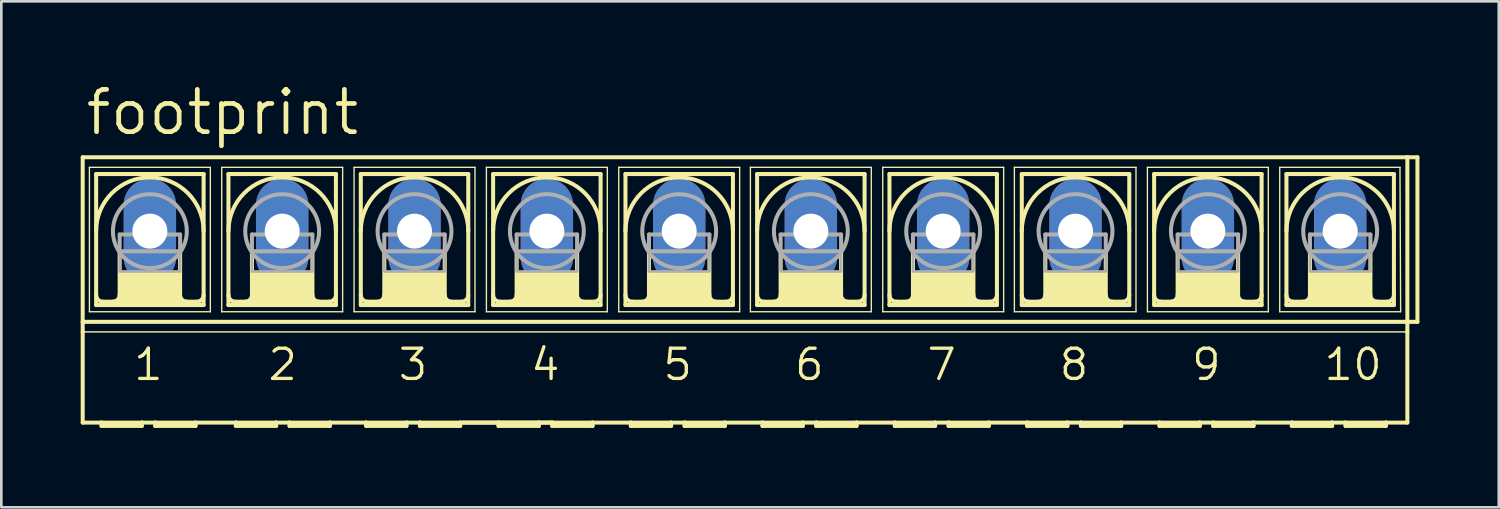
<source format=kicad_pcb>
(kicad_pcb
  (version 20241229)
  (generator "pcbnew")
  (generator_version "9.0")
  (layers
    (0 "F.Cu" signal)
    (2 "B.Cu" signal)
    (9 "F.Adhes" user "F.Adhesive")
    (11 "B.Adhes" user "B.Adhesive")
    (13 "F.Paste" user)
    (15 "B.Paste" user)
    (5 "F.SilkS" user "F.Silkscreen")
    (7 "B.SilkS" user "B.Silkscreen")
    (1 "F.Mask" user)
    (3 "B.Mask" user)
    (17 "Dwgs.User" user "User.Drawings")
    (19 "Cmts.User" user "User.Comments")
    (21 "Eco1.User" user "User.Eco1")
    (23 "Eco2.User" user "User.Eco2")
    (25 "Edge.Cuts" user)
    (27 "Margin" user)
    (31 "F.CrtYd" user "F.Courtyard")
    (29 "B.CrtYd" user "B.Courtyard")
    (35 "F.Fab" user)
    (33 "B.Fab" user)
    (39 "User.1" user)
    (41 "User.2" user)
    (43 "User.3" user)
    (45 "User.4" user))
  (footprint "footprint"
    (layer "F.Cu")
    (at 25.121 5.69)
    (property "Reference" "footprint" (at -25.019 -3.556 0) (layer "F.SilkS") (effects (font (size 1.6 1.6) (thickness 0.178)) (justify left bottom)))
    (fp_line (start -25.044 3.429) (end -25.044 -2.794) (stroke (width 0.152) (type solid)) (layer "F.SilkS"))
    (fp_line (start -25.044 3.429) (end 25.044 3.429) (stroke (width 0.152) (type solid)) (layer "F.SilkS"))
    (fp_line (start -25.044 3.81) (end -25.044 3.429) (stroke (width 0.152) (type solid)) (layer "F.SilkS"))
    (fp_line (start -25.044 7.239) (end -25.044 3.81) (stroke (width 0.152) (type solid)) (layer "F.SilkS"))
    (fp_line (start -25.044 7.239) (end -24.333 7.239) (stroke (width 0.152) (type solid)) (layer "F.SilkS"))
    (fp_line (start -24.79 -2.413) (end -24.79 3.048) (stroke (width 0.051) (type solid)) (layer "F.SilkS"))
    (fp_line (start -24.79 -2.413) (end -20.218 -2.413) (stroke (width 0.051) (type solid)) (layer "F.SilkS"))
    (fp_line (start -24.536 2.794) (end -24.536 -2.159) (stroke (width 0.152) (type solid)) (layer "F.SilkS"))
    (fp_line (start -24.536 2.794) (end -20.472 2.794) (stroke (width 0.152) (type solid)) (layer "F.SilkS"))
    (fp_line (start -24.333 7.239) (end -22.809 7.239) (stroke (width 0.152) (type solid)) (layer "F.SilkS"))
    (fp_line (start -24.333 7.366) (end -24.333 7.239) (stroke (width 0.152) (type solid)) (layer "F.SilkS"))
    (fp_line (start -24.333 7.366) (end -22.809 7.366) (stroke (width 0.152) (type solid)) (layer "F.SilkS"))
    (fp_line (start -23.647 0.762) (end -23.647 2.413) (stroke (width 0.152) (type solid)) (layer "F.SilkS"))
    (fp_line (start -22.809 7.239) (end -22.809 7.366) (stroke (width 0.152) (type solid)) (layer "F.SilkS"))
    (fp_line (start -22.809 7.239) (end -22.301 7.239) (stroke (width 0.152) (type solid)) (layer "F.SilkS"))
    (fp_line (start -22.301 7.239) (end -20.777 7.239) (stroke (width 0.152) (type solid)) (layer "F.SilkS"))
    (fp_line (start -22.301 7.366) (end -22.301 7.239) (stroke (width 0.152) (type solid)) (layer "F.SilkS"))
    (fp_line (start -22.301 7.366) (end -20.777 7.366) (stroke (width 0.152) (type solid)) (layer "F.SilkS"))
    (fp_line (start -21.361 0.762) (end -21.361 2.413) (stroke (width 0.152) (type solid)) (layer "F.SilkS"))
    (fp_line (start -20.777 7.239) (end -19.253 7.239) (stroke (width 0.152) (type solid)) (layer "F.SilkS"))
    (fp_line (start -20.777 7.366) (end -20.777 7.239) (stroke (width 0.152) (type solid)) (layer "F.SilkS"))
    (fp_line (start -20.726 2.667) (end -24.282 2.667) (stroke (width 0.152) (type solid)) (layer "F.SilkS"))
    (fp_line (start -20.472 -2.159) (end -24.536 -2.159) (stroke (width 0.152) (type solid)) (layer "F.SilkS"))
    (fp_line (start -20.472 -2.159) (end -20.472 2.794) (stroke (width 0.152) (type solid)) (layer "F.SilkS"))
    (fp_line (start -20.218 -2.413) (end -20.218 3.048) (stroke (width 0.051) (type solid)) (layer "F.SilkS"))
    (fp_line (start -20.218 3.048) (end -24.79 3.048) (stroke (width 0.051) (type solid)) (layer "F.SilkS"))
    (fp_line (start -19.787 -2.413) (end -19.787 3.048) (stroke (width 0.051) (type solid)) (layer "F.SilkS"))
    (fp_line (start -19.787 -2.413) (end -15.215 -2.413) (stroke (width 0.051) (type solid)) (layer "F.SilkS"))
    (fp_line (start -19.533 -2.159) (end -19.533 2.794) (stroke (width 0.152) (type solid)) (layer "F.SilkS"))
    (fp_line (start -19.533 2.794) (end -15.469 2.794) (stroke (width 0.152) (type solid)) (layer "F.SilkS"))
    (fp_line (start -19.253 7.239) (end -17.729 7.239) (stroke (width 0.152) (type solid)) (layer "F.SilkS"))
    (fp_line (start -19.253 7.366) (end -19.253 7.239) (stroke (width 0.152) (type solid)) (layer "F.SilkS"))
    (fp_line (start -19.253 7.366) (end -17.729 7.366) (stroke (width 0.152) (type solid)) (layer "F.SilkS"))
    (fp_line (start -18.644 0.762) (end -18.644 2.413) (stroke (width 0.152) (type solid)) (layer "F.SilkS"))
    (fp_line (start -17.729 7.239) (end -17.729 7.366) (stroke (width 0.152) (type solid)) (layer "F.SilkS"))
    (fp_line (start -17.729 7.239) (end -17.221 7.239) (stroke (width 0.152) (type solid)) (layer "F.SilkS"))
    (fp_line (start -17.221 7.239) (end -15.697 7.239) (stroke (width 0.152) (type solid)) (layer "F.SilkS"))
    (fp_line (start -17.221 7.366) (end -17.221 7.239) (stroke (width 0.152) (type solid)) (layer "F.SilkS"))
    (fp_line (start -17.221 7.366) (end -15.697 7.366) (stroke (width 0.152) (type solid)) (layer "F.SilkS"))
    (fp_line (start -16.358 0.762) (end -16.358 2.413) (stroke (width 0.152) (type solid)) (layer "F.SilkS"))
    (fp_line (start -15.723 2.667) (end -19.279 2.667) (stroke (width 0.152) (type solid)) (layer "F.SilkS"))
    (fp_line (start -15.697 7.366) (end -15.697 7.239) (stroke (width 0.152) (type solid)) (layer "F.SilkS"))
    (fp_line (start -15.469 -2.159) (end -19.533 -2.159) (stroke (width 0.152) (type solid)) (layer "F.SilkS"))
    (fp_line (start -15.469 2.794) (end -15.469 -2.159) (stroke (width 0.152) (type solid)) (layer "F.SilkS"))
    (fp_line (start -15.215 3.048) (end -19.787 3.048) (stroke (width 0.051) (type solid)) (layer "F.SilkS"))
    (fp_line (start -15.215 3.048) (end -15.215 -2.413) (stroke (width 0.051) (type solid)) (layer "F.SilkS"))
    (fp_line (start -14.783 -2.413) (end -14.783 3.048) (stroke (width 0.051) (type solid)) (layer "F.SilkS"))
    (fp_line (start -14.783 -2.413) (end -10.211 -2.413) (stroke (width 0.051) (type solid)) (layer "F.SilkS"))
    (fp_line (start -14.529 2.794) (end -14.529 -2.159) (stroke (width 0.152) (type solid)) (layer "F.SilkS"))
    (fp_line (start -14.529 2.794) (end -10.465 2.794) (stroke (width 0.152) (type solid)) (layer "F.SilkS"))
    (fp_line (start -14.326 7.239) (end -15.697 7.239) (stroke (width 0.152) (type solid)) (layer "F.SilkS"))
    (fp_line (start -14.326 7.239) (end -14.326 7.366) (stroke (width 0.152) (type solid)) (layer "F.SilkS"))
    (fp_line (start -14.326 7.239) (end -12.802 7.239) (stroke (width 0.152) (type solid)) (layer "F.SilkS"))
    (fp_line (start -14.326 7.366) (end -12.802 7.366) (stroke (width 0.152) (type solid)) (layer "F.SilkS"))
    (fp_line (start -13.64 0.762) (end -13.64 2.413) (stroke (width 0.152) (type solid)) (layer "F.SilkS"))
    (fp_line (start -12.802 7.239) (end -12.802 7.366) (stroke (width 0.152) (type solid)) (layer "F.SilkS"))
    (fp_line (start -12.802 7.239) (end -12.294 7.239) (stroke (width 0.152) (type solid)) (layer "F.SilkS"))
    (fp_line (start -12.294 7.239) (end -12.294 7.366) (stroke (width 0.152) (type solid)) (layer "F.SilkS"))
    (fp_line (start -12.294 7.239) (end -10.77 7.239) (stroke (width 0.152) (type solid)) (layer "F.SilkS"))
    (fp_line (start -12.294 7.366) (end -10.77 7.366) (stroke (width 0.152) (type solid)) (layer "F.SilkS"))
    (fp_line (start -11.354 0.762) (end -11.354 2.413) (stroke (width 0.152) (type solid)) (layer "F.SilkS"))
    (fp_line (start -10.77 7.366) (end -10.77 7.239) (stroke (width 0.152) (type solid)) (layer "F.SilkS"))
    (fp_line (start -10.719 2.667) (end -14.275 2.667) (stroke (width 0.152) (type solid)) (layer "F.SilkS"))
    (fp_line (start -10.465 -2.159) (end -14.529 -2.159) (stroke (width 0.152) (type solid)) (layer "F.SilkS"))
    (fp_line (start -10.465 -2.159) (end -10.465 2.794) (stroke (width 0.152) (type solid)) (layer "F.SilkS"))
    (fp_line (start -10.211 -2.413) (end -10.211 3.048) (stroke (width 0.051) (type solid)) (layer "F.SilkS"))
    (fp_line (start -10.211 3.048) (end -14.783 3.048) (stroke (width 0.051) (type solid)) (layer "F.SilkS"))
    (fp_line (start -9.779 -2.413) (end -9.779 3.048) (stroke (width 0.051) (type solid)) (layer "F.SilkS"))
    (fp_line (start -9.779 -2.413) (end -5.207 -2.413) (stroke (width 0.051) (type solid)) (layer "F.SilkS"))
    (fp_line (start -9.525 2.794) (end -9.525 -2.159) (stroke (width 0.152) (type solid)) (layer "F.SilkS"))
    (fp_line (start -9.525 2.794) (end -5.461 2.794) (stroke (width 0.152) (type solid)) (layer "F.SilkS"))
    (fp_line (start -9.322 7.239) (end -10.668 7.239) (stroke (width 0.152) (type solid)) (layer "F.SilkS"))
    (fp_line (start -9.322 7.239) (end -9.322 7.366) (stroke (width 0.152) (type solid)) (layer "F.SilkS"))
    (fp_line (start -9.322 7.239) (end -7.798 7.239) (stroke (width 0.152) (type solid)) (layer "F.SilkS"))
    (fp_line (start -9.322 7.366) (end -7.798 7.366) (stroke (width 0.152) (type solid)) (layer "F.SilkS"))
    (fp_line (start -8.636 0.762) (end -8.636 2.413) (stroke (width 0.152) (type solid)) (layer "F.SilkS"))
    (fp_line (start -7.798 7.239) (end -7.798 7.366) (stroke (width 0.152) (type solid)) (layer "F.SilkS"))
    (fp_line (start -7.798 7.239) (end -7.29 7.239) (stroke (width 0.152) (type solid)) (layer "F.SilkS"))
    (fp_line (start -7.29 7.239) (end -10.77 7.239) (stroke (width 0.152) (type solid)) (layer "F.SilkS"))
    (fp_line (start -7.29 7.239) (end -7.29 7.366) (stroke (width 0.152) (type solid)) (layer "F.SilkS"))
    (fp_line (start -7.29 7.366) (end -5.766 7.366) (stroke (width 0.152) (type solid)) (layer "F.SilkS"))
    (fp_line (start -6.35 0.762) (end -6.35 2.413) (stroke (width 0.152) (type solid)) (layer "F.SilkS"))
    (fp_line (start -5.766 7.239) (end -7.29 7.239) (stroke (width 0.152) (type solid)) (layer "F.SilkS"))
    (fp_line (start -5.766 7.366) (end -5.766 7.239) (stroke (width 0.152) (type solid)) (layer "F.SilkS"))
    (fp_line (start -5.715 2.667) (end -9.271 2.667) (stroke (width 0.152) (type solid)) (layer "F.SilkS"))
    (fp_line (start -5.461 -2.159) (end -9.525 -2.159) (stroke (width 0.152) (type solid)) (layer "F.SilkS"))
    (fp_line (start -5.461 -2.159) (end -5.461 2.794) (stroke (width 0.152) (type solid)) (layer "F.SilkS"))
    (fp_line (start -5.207 -2.413) (end -5.207 3.048) (stroke (width 0.051) (type solid)) (layer "F.SilkS"))
    (fp_line (start -5.207 3.048) (end -9.779 3.048) (stroke (width 0.051) (type solid)) (layer "F.SilkS"))
    (fp_line (start -4.775 -2.413) (end -4.775 3.048) (stroke (width 0.051) (type solid)) (layer "F.SilkS"))
    (fp_line (start -4.775 -2.413) (end -0.203 -2.413) (stroke (width 0.051) (type solid)) (layer "F.SilkS"))
    (fp_line (start -4.521 2.794) (end -4.521 -2.159) (stroke (width 0.152) (type solid)) (layer "F.SilkS"))
    (fp_line (start -4.521 2.794) (end -0.457 2.794) (stroke (width 0.152) (type solid)) (layer "F.SilkS"))
    (fp_line (start -4.318 7.239) (end -5.766 7.239) (stroke (width 0.152) (type solid)) (layer "F.SilkS"))
    (fp_line (start -4.318 7.366) (end -4.318 7.239) (stroke (width 0.152) (type solid)) (layer "F.SilkS"))
    (fp_line (start -4.318 7.366) (end -2.794 7.366) (stroke (width 0.152) (type solid)) (layer "F.SilkS"))
    (fp_line (start -3.632 0.762) (end -3.632 2.413) (stroke (width 0.152) (type solid)) (layer "F.SilkS"))
    (fp_line (start -2.794 7.239) (end -4.318 7.239) (stroke (width 0.152) (type solid)) (layer "F.SilkS"))
    (fp_line (start -2.794 7.239) (end -2.794 7.366) (stroke (width 0.152) (type solid)) (layer "F.SilkS"))
    (fp_line (start -2.286 7.239) (end -2.794 7.239) (stroke (width 0.152) (type solid)) (layer "F.SilkS"))
    (fp_line (start -2.286 7.366) (end -2.286 7.239) (stroke (width 0.152) (type solid)) (layer "F.SilkS"))
    (fp_line (start -2.286 7.366) (end -0.762 7.366) (stroke (width 0.152) (type solid)) (layer "F.SilkS"))
    (fp_line (start -1.346 0.762) (end -1.346 2.413) (stroke (width 0.152) (type solid)) (layer "F.SilkS"))
    (fp_line (start -0.762 7.239) (end -2.286 7.239) (stroke (width 0.152) (type solid)) (layer "F.SilkS"))
    (fp_line (start -0.762 7.366) (end -0.762 7.239) (stroke (width 0.152) (type solid)) (layer "F.SilkS"))
    (fp_line (start -0.711 2.667) (end -4.267 2.667) (stroke (width 0.152) (type solid)) (layer "F.SilkS"))
    (fp_line (start -0.457 -2.159) (end -4.521 -2.159) (stroke (width 0.152) (type solid)) (layer "F.SilkS"))
    (fp_line (start -0.457 -2.159) (end -0.457 2.794) (stroke (width 0.152) (type solid)) (layer "F.SilkS"))
    (fp_line (start -0.203 -2.413) (end -0.203 3.048) (stroke (width 0.051) (type solid)) (layer "F.SilkS"))
    (fp_line (start -0.203 3.048) (end -4.775 3.048) (stroke (width 0.051) (type solid)) (layer "F.SilkS"))
    (fp_line (start 0.203 -2.413) (end 0.203 3.048) (stroke (width 0.051) (type solid)) (layer "F.SilkS"))
    (fp_line (start 0.203 -2.413) (end 4.775 -2.413) (stroke (width 0.051) (type solid)) (layer "F.SilkS"))
    (fp_line (start 0.457 2.794) (end 0.457 -2.159) (stroke (width 0.152) (type solid)) (layer "F.SilkS"))
    (fp_line (start 0.457 2.794) (end 4.521 2.794) (stroke (width 0.152) (type solid)) (layer "F.SilkS"))
    (fp_line (start 0.66 7.239) (end -0.762 7.239) (stroke (width 0.152) (type solid)) (layer "F.SilkS"))
    (fp_line (start 0.66 7.366) (end 0.66 7.239) (stroke (width 0.152) (type solid)) (layer "F.SilkS"))
    (fp_line (start 0.66 7.366) (end 2.184 7.366) (stroke (width 0.152) (type solid)) (layer "F.SilkS"))
    (fp_line (start 1.346 0.762) (end 1.346 2.413) (stroke (width 0.152) (type solid)) (layer "F.SilkS"))
    (fp_line (start 2.184 7.239) (end 0.66 7.239) (stroke (width 0.152) (type solid)) (layer "F.SilkS"))
    (fp_line (start 2.184 7.239) (end 2.184 7.366) (stroke (width 0.152) (type solid)) (layer "F.SilkS"))
    (fp_line (start 2.692 7.239) (end 2.184 7.239) (stroke (width 0.152) (type solid)) (layer "F.SilkS"))
    (fp_line (start 2.692 7.239) (end 4.216 7.239) (stroke (width 0.152) (type solid)) (layer "F.SilkS"))
    (fp_line (start 2.692 7.366) (end 2.692 7.239) (stroke (width 0.152) (type solid)) (layer "F.SilkS"))
    (fp_line (start 2.692 7.366) (end 4.216 7.366) (stroke (width 0.152) (type solid)) (layer "F.SilkS"))
    (fp_line (start 3.632 0.762) (end 3.632 2.413) (stroke (width 0.152) (type solid)) (layer "F.SilkS"))
    (fp_line (start 4.216 7.239) (end 5.664 7.239) (stroke (width 0.152) (type solid)) (layer "F.SilkS"))
    (fp_line (start 4.216 7.366) (end 4.216 7.239) (stroke (width 0.152) (type solid)) (layer "F.SilkS"))
    (fp_line (start 4.267 2.667) (end 0.711 2.667) (stroke (width 0.152) (type solid)) (layer "F.SilkS"))
    (fp_line (start 4.521 -2.159) (end 0.457 -2.159) (stroke (width 0.152) (type solid)) (layer "F.SilkS"))
    (fp_line (start 4.521 -2.159) (end 4.521 2.794) (stroke (width 0.152) (type solid)) (layer "F.SilkS"))
    (fp_line (start 4.775 -2.413) (end 4.775 3.048) (stroke (width 0.051) (type solid)) (layer "F.SilkS"))
    (fp_line (start 4.775 3.048) (end 0.203 3.048) (stroke (width 0.051) (type solid)) (layer "F.SilkS"))
    (fp_line (start 5.207 -2.413) (end 5.207 3.048) (stroke (width 0.051) (type solid)) (layer "F.SilkS"))
    (fp_line (start 5.207 -2.413) (end 9.779 -2.413) (stroke (width 0.051) (type solid)) (layer "F.SilkS"))
    (fp_line (start 5.461 2.794) (end 5.461 -2.159) (stroke (width 0.152) (type solid)) (layer "F.SilkS"))
    (fp_line (start 5.461 2.794) (end 9.525 2.794) (stroke (width 0.152) (type solid)) (layer "F.SilkS"))
    (fp_line (start 5.664 7.366) (end 5.664 7.239) (stroke (width 0.152) (type solid)) (layer "F.SilkS"))
    (fp_line (start 5.664 7.366) (end 7.188 7.366) (stroke (width 0.152) (type solid)) (layer "F.SilkS"))
    (fp_line (start 6.35 0.762) (end 6.35 2.413) (stroke (width 0.152) (type solid)) (layer "F.SilkS"))
    (fp_line (start 7.188 7.239) (end 5.664 7.239) (stroke (width 0.152) (type solid)) (layer "F.SilkS"))
    (fp_line (start 7.188 7.239) (end 7.188 7.366) (stroke (width 0.152) (type solid)) (layer "F.SilkS"))
    (fp_line (start 7.696 7.239) (end 7.188 7.239) (stroke (width 0.152) (type solid)) (layer "F.SilkS"))
    (fp_line (start 7.696 7.239) (end 9.22 7.239) (stroke (width 0.152) (type solid)) (layer "F.SilkS"))
    (fp_line (start 7.696 7.366) (end 7.696 7.239) (stroke (width 0.152) (type solid)) (layer "F.SilkS"))
    (fp_line (start 7.696 7.366) (end 9.22 7.366) (stroke (width 0.152) (type solid)) (layer "F.SilkS"))
    (fp_line (start 8.636 0.762) (end 8.636 2.413) (stroke (width 0.152) (type solid)) (layer "F.SilkS"))
    (fp_line (start 9.22 7.366) (end 9.22 7.239) (stroke (width 0.152) (type solid)) (layer "F.SilkS"))
    (fp_line (start 9.271 2.667) (end 5.715 2.667) (stroke (width 0.152) (type solid)) (layer "F.SilkS"))
    (fp_line (start 9.525 -2.159) (end 5.461 -2.159) (stroke (width 0.152) (type solid)) (layer "F.SilkS"))
    (fp_line (start 9.525 -2.159) (end 9.525 2.794) (stroke (width 0.152) (type solid)) (layer "F.SilkS"))
    (fp_line (start 9.779 -2.413) (end 9.779 3.048) (stroke (width 0.051) (type solid)) (layer "F.SilkS"))
    (fp_line (start 9.779 3.048) (end 5.207 3.048) (stroke (width 0.051) (type solid)) (layer "F.SilkS"))
    (fp_line (start 10.185 -2.413) (end 10.185 3.048) (stroke (width 0.051) (type solid)) (layer "F.SilkS"))
    (fp_line (start 10.185 -2.413) (end 14.783 -2.413) (stroke (width 0.051) (type solid)) (layer "F.SilkS"))
    (fp_line (start 10.465 2.794) (end 10.465 -2.159) (stroke (width 0.152) (type solid)) (layer "F.SilkS"))
    (fp_line (start 10.465 2.794) (end 14.529 2.794) (stroke (width 0.152) (type solid)) (layer "F.SilkS"))
    (fp_line (start 10.668 7.239) (end 9.22 7.239) (stroke (width 0.152) (type solid)) (layer "F.SilkS"))
    (fp_line (start 10.668 7.239) (end 12.192 7.239) (stroke (width 0.152) (type solid)) (layer "F.SilkS"))
    (fp_line (start 10.668 7.366) (end 10.668 7.239) (stroke (width 0.152) (type solid)) (layer "F.SilkS"))
    (fp_line (start 10.668 7.366) (end 12.192 7.366) (stroke (width 0.152) (type solid)) (layer "F.SilkS"))
    (fp_line (start 11.354 0.762) (end 11.354 2.413) (stroke (width 0.152) (type solid)) (layer "F.SilkS"))
    (fp_line (start 12.192 7.239) (end 12.192 7.366) (stroke (width 0.152) (type solid)) (layer "F.SilkS"))
    (fp_line (start 12.192 7.239) (end 12.7 7.239) (stroke (width 0.152) (type solid)) (layer "F.SilkS"))
    (fp_line (start 12.7 7.239) (end 14.224 7.239) (stroke (width 0.152) (type solid)) (layer "F.SilkS"))
    (fp_line (start 12.7 7.366) (end 12.7 7.239) (stroke (width 0.152) (type solid)) (layer "F.SilkS"))
    (fp_line (start 12.7 7.366) (end 14.224 7.366) (stroke (width 0.152) (type solid)) (layer "F.SilkS"))
    (fp_line (start 13.64 0.762) (end 13.64 2.413) (stroke (width 0.152) (type solid)) (layer "F.SilkS"))
    (fp_line (start 14.224 7.366) (end 14.224 7.239) (stroke (width 0.152) (type solid)) (layer "F.SilkS"))
    (fp_line (start 14.275 2.667) (end 10.719 2.667) (stroke (width 0.152) (type solid)) (layer "F.SilkS"))
    (fp_line (start 14.529 -2.159) (end 10.465 -2.159) (stroke (width 0.152) (type solid)) (layer "F.SilkS"))
    (fp_line (start 14.529 -2.159) (end 14.529 2.794) (stroke (width 0.152) (type solid)) (layer "F.SilkS"))
    (fp_line (start 14.783 -2.413) (end 14.783 3.048) (stroke (width 0.051) (type solid)) (layer "F.SilkS"))
    (fp_line (start 14.783 3.048) (end 10.185 3.048) (stroke (width 0.051) (type solid)) (layer "F.SilkS"))
    (fp_line (start 15.215 -2.413) (end 15.215 3.048) (stroke (width 0.051) (type solid)) (layer "F.SilkS"))
    (fp_line (start 15.215 -2.413) (end 19.787 -2.413) (stroke (width 0.051) (type solid)) (layer "F.SilkS"))
    (fp_line (start 15.469 2.794) (end 15.469 -2.159) (stroke (width 0.152) (type solid)) (layer "F.SilkS"))
    (fp_line (start 15.469 2.794) (end 19.533 2.794) (stroke (width 0.152) (type solid)) (layer "F.SilkS"))
    (fp_line (start 15.672 7.239) (end 14.224 7.239) (stroke (width 0.152) (type solid)) (layer "F.SilkS"))
    (fp_line (start 15.672 7.239) (end 17.196 7.239) (stroke (width 0.152) (type solid)) (layer "F.SilkS"))
    (fp_line (start 15.672 7.366) (end 15.672 7.239) (stroke (width 0.152) (type solid)) (layer "F.SilkS"))
    (fp_line (start 15.672 7.366) (end 17.196 7.366) (stroke (width 0.152) (type solid)) (layer "F.SilkS"))
    (fp_line (start 16.358 0.762) (end 16.358 2.413) (stroke (width 0.152) (type solid)) (layer "F.SilkS"))
    (fp_line (start 17.196 7.239) (end 17.196 7.366) (stroke (width 0.152) (type solid)) (layer "F.SilkS"))
    (fp_line (start 17.704 7.239) (end 17.196 7.239) (stroke (width 0.152) (type solid)) (layer "F.SilkS"))
    (fp_line (start 17.704 7.366) (end 17.704 7.239) (stroke (width 0.152) (type solid)) (layer "F.SilkS"))
    (fp_line (start 17.704 7.366) (end 19.228 7.366) (stroke (width 0.152) (type solid)) (layer "F.SilkS"))
    (fp_line (start 18.644 0.762) (end 18.644 2.413) (stroke (width 0.152) (type solid)) (layer "F.SilkS"))
    (fp_line (start 19.228 7.239) (end 17.704 7.239) (stroke (width 0.152) (type solid)) (layer "F.SilkS"))
    (fp_line (start 19.228 7.366) (end 19.228 7.239) (stroke (width 0.152) (type solid)) (layer "F.SilkS"))
    (fp_line (start 19.279 2.667) (end 15.723 2.667) (stroke (width 0.152) (type solid)) (layer "F.SilkS"))
    (fp_line (start 19.533 -2.159) (end 15.469 -2.159) (stroke (width 0.152) (type solid)) (layer "F.SilkS"))
    (fp_line (start 19.533 -2.159) (end 19.533 2.794) (stroke (width 0.152) (type solid)) (layer "F.SilkS"))
    (fp_line (start 19.787 -2.413) (end 19.787 3.048) (stroke (width 0.051) (type solid)) (layer "F.SilkS"))
    (fp_line (start 19.787 3.048) (end 15.215 3.048) (stroke (width 0.051) (type solid)) (layer "F.SilkS"))
    (fp_line (start 20.218 -2.413) (end 20.218 3.048) (stroke (width 0.051) (type solid)) (layer "F.SilkS"))
    (fp_line (start 20.218 -2.413) (end 24.765 -2.413) (stroke (width 0.051) (type solid)) (layer "F.SilkS"))
    (fp_line (start 20.472 2.794) (end 20.472 -2.159) (stroke (width 0.152) (type solid)) (layer "F.SilkS"))
    (fp_line (start 20.472 2.794) (end 24.536 2.794) (stroke (width 0.152) (type solid)) (layer "F.SilkS"))
    (fp_line (start 20.676 7.239) (end 19.228 7.239) (stroke (width 0.152) (type solid)) (layer "F.SilkS"))
    (fp_line (start 20.676 7.366) (end 20.676 7.239) (stroke (width 0.152) (type solid)) (layer "F.SilkS"))
    (fp_line (start 20.676 7.366) (end 22.2 7.366) (stroke (width 0.152) (type solid)) (layer "F.SilkS"))
    (fp_line (start 21.361 0.762) (end 21.361 2.413) (stroke (width 0.152) (type solid)) (layer "F.SilkS"))
    (fp_line (start 22.2 7.239) (end 20.676 7.239) (stroke (width 0.152) (type solid)) (layer "F.SilkS"))
    (fp_line (start 22.2 7.239) (end 22.2 7.366) (stroke (width 0.152) (type solid)) (layer "F.SilkS"))
    (fp_line (start 22.708 7.239) (end 22.2 7.239) (stroke (width 0.152) (type solid)) (layer "F.SilkS"))
    (fp_line (start 22.708 7.366) (end 22.708 7.239) (stroke (width 0.152) (type solid)) (layer "F.SilkS"))
    (fp_line (start 22.708 7.366) (end 24.232 7.366) (stroke (width 0.152) (type solid)) (layer "F.SilkS"))
    (fp_line (start 23.647 0.762) (end 23.647 2.413) (stroke (width 0.152) (type solid)) (layer "F.SilkS"))
    (fp_line (start 24.232 7.239) (end 22.708 7.239) (stroke (width 0.152) (type solid)) (layer "F.SilkS"))
    (fp_line (start 24.232 7.366) (end 24.232 7.239) (stroke (width 0.152) (type solid)) (layer "F.SilkS"))
    (fp_line (start 24.282 2.667) (end 20.726 2.667) (stroke (width 0.152) (type solid)) (layer "F.SilkS"))
    (fp_line (start 24.536 -2.159) (end 20.472 -2.159) (stroke (width 0.152) (type solid)) (layer "F.SilkS"))
    (fp_line (start 24.536 -2.159) (end 24.536 2.794) (stroke (width 0.152) (type solid)) (layer "F.SilkS"))
    (fp_line (start 24.765 -2.413) (end 24.79 3.048) (stroke (width 0.051) (type solid)) (layer "F.SilkS"))
    (fp_line (start 24.79 3.048) (end 20.218 3.048) (stroke (width 0.051) (type solid)) (layer "F.SilkS"))
    (fp_line (start 25.044 -2.794) (end -25.044 -2.794) (stroke (width 0.152) (type solid)) (layer "F.SilkS"))
    (fp_line (start 25.044 -2.794) (end 25.044 3.429) (stroke (width 0.152) (type solid)) (layer "F.SilkS"))
    (fp_line (start 25.044 3.429) (end 25.044 3.81) (stroke (width 0.152) (type solid)) (layer "F.SilkS"))
    (fp_line (start 25.044 3.81) (end -25.044 3.81) (stroke (width 0.051) (type solid)) (layer "F.SilkS"))
    (fp_line (start 25.044 3.81) (end 25.044 7.239) (stroke (width 0.152) (type solid)) (layer "F.SilkS"))
    (fp_line (start 25.044 7.239) (end 24.232 7.239) (stroke (width 0.152) (type solid)) (layer "F.SilkS"))
    (fp_line (start 25.425 -2.794) (end 25.044 -2.794) (stroke (width 0.152) (type solid)) (layer "F.SilkS"))
    (fp_line (start 25.425 -2.794) (end 25.425 3.429) (stroke (width 0.152) (type solid)) (layer "F.SilkS"))
    (fp_line (start 25.425 3.429) (end 25.044 3.429) (stroke (width 0.152) (type solid)) (layer "F.SilkS"))
    (fp_arc (start -24.5364 0) (mid -22.5044 -2.032) (end -20.4724 0) (stroke (width 0.1524) (type solid)) (layer "F.SilkS"))
    (fp_arc (start -24.2824 2.667) (mid -24.462005 2.592605) (end -24.5364 2.413) (stroke (width 0.1524) (type solid)) (layer "F.SilkS"))
    (fp_arc (start -23.6474 2.413) (mid -23.721795 2.592605) (end -23.9014 2.667) (stroke (width 0.1524) (type solid)) (layer "F.SilkS"))
    (fp_arc (start -21.1074 2.667) (mid -21.287005 2.592605) (end -21.3614 2.413) (stroke (width 0.1524) (type solid)) (layer "F.SilkS"))
    (fp_arc (start -20.4724 2.413) (mid -20.546795 2.592605) (end -20.7264 2.667) (stroke (width 0.1524) (type solid)) (layer "F.SilkS"))
    (fp_arc (start -19.5326 0) (mid -17.5006 -2.032) (end -15.4686 0) (stroke (width 0.1524) (type solid)) (layer "F.SilkS"))
    (fp_arc (start -19.2786 2.667) (mid -19.458205 2.592605) (end -19.5326 2.413) (stroke (width 0.1524) (type solid)) (layer "F.SilkS"))
    (fp_arc (start -18.6436 2.413) (mid -18.717995 2.592605) (end -18.8976 2.667) (stroke (width 0.1524) (type solid)) (layer "F.SilkS"))
    (fp_arc (start -16.1036 2.667) (mid -16.283205 2.592605) (end -16.3576 2.413) (stroke (width 0.1524) (type solid)) (layer "F.SilkS"))
    (fp_arc (start -15.4686 2.413) (mid -15.542995 2.592605) (end -15.7226 2.667) (stroke (width 0.1524) (type solid)) (layer "F.SilkS"))
    (fp_arc (start -14.5288 0) (mid -12.4968 -2.032) (end -10.4648 0) (stroke (width 0.1524) (type solid)) (layer "F.SilkS"))
    (fp_arc (start -14.2748 2.667) (mid -14.454405 2.592605) (end -14.5288 2.413) (stroke (width 0.1524) (type solid)) (layer "F.SilkS"))
    (fp_arc (start -13.6398 2.413) (mid -13.714195 2.592605) (end -13.8938 2.667) (stroke (width 0.1524) (type solid)) (layer "F.SilkS"))
    (fp_arc (start -11.0998 2.667) (mid -11.279405 2.592605) (end -11.3538 2.413) (stroke (width 0.1524) (type solid)) (layer "F.SilkS"))
    (fp_arc (start -10.4648 2.413) (mid -10.539195 2.592605) (end -10.7188 2.667) (stroke (width 0.1524) (type solid)) (layer "F.SilkS"))
    (fp_arc (start -9.525 0) (mid -7.493 -2.032) (end -5.461 0) (stroke (width 0.1524) (type solid)) (layer "F.SilkS"))
    (fp_arc (start -9.271 2.667) (mid -9.450605 2.592605) (end -9.525 2.413) (stroke (width 0.1524) (type solid)) (layer "F.SilkS"))
    (fp_arc (start -8.636 2.413) (mid -8.710395 2.592605) (end -8.89 2.667) (stroke (width 0.1524) (type solid)) (layer "F.SilkS"))
    (fp_arc (start -6.096 2.667) (mid -6.275605 2.592605) (end -6.35 2.413) (stroke (width 0.1524) (type solid)) (layer "F.SilkS"))
    (fp_arc (start -5.461 2.413) (mid -5.535395 2.592605) (end -5.715 2.667) (stroke (width 0.1524) (type solid)) (layer "F.SilkS"))
    (fp_arc (start -4.5212 0) (mid -2.4892 -2.032) (end -0.4572 0) (stroke (width 0.1524) (type solid)) (layer "F.SilkS"))
    (fp_arc (start -4.2672 2.667) (mid -4.446805 2.592605) (end -4.5212 2.413) (stroke (width 0.1524) (type solid)) (layer "F.SilkS"))
    (fp_arc (start -3.6322 2.413) (mid -3.706595 2.592605) (end -3.8862 2.667) (stroke (width 0.1524) (type solid)) (layer "F.SilkS"))
    (fp_arc (start -1.0922 2.667) (mid -1.271805 2.592605) (end -1.3462 2.413) (stroke (width 0.1524) (type solid)) (layer "F.SilkS"))
    (fp_arc (start -0.4572 2.413) (mid -0.531595 2.592605) (end -0.7112 2.667) (stroke (width 0.1524) (type solid)) (layer "F.SilkS"))
    (fp_arc (start 0.4572 0) (mid 2.4892 -2.032) (end 4.5212 0) (stroke (width 0.1524) (type solid)) (layer "F.SilkS"))
    (fp_arc (start 0.7112 2.667) (mid 0.531595 2.592605) (end 0.4572 2.413) (stroke (width 0.1524) (type solid)) (layer "F.SilkS"))
    (fp_arc (start 1.3462 2.413) (mid 1.271805 2.592605) (end 1.0922 2.667) (stroke (width 0.1524) (type solid)) (layer "F.SilkS"))
    (fp_arc (start 3.8862 2.667) (mid 3.706595 2.592605) (end 3.6322 2.413) (stroke (width 0.1524) (type solid)) (layer "F.SilkS"))
    (fp_arc (start 4.5212 2.413) (mid 4.446805 2.592605) (end 4.2672 2.667) (stroke (width 0.1524) (type solid)) (layer "F.SilkS"))
    (fp_arc (start 5.461 0) (mid 7.493 -2.032) (end 9.525 0) (stroke (width 0.1524) (type solid)) (layer "F.SilkS"))
    (fp_arc (start 5.715 2.667) (mid 5.535395 2.592605) (end 5.461 2.413) (stroke (width 0.1524) (type solid)) (layer "F.SilkS"))
    (fp_arc (start 6.35 2.413) (mid 6.275605 2.592605) (end 6.096 2.667) (stroke (width 0.1524) (type solid)) (layer "F.SilkS"))
    (fp_arc (start 8.89 2.667) (mid 8.710395 2.592605) (end 8.636 2.413) (stroke (width 0.1524) (type solid)) (layer "F.SilkS"))
    (fp_arc (start 9.525 2.413) (mid 9.450605 2.592605) (end 9.271 2.667) (stroke (width 0.1524) (type solid)) (layer "F.SilkS"))
    (fp_arc (start 10.4648 0) (mid 12.4968 -2.032) (end 14.5288 0) (stroke (width 0.1524) (type solid)) (layer "F.SilkS"))
    (fp_arc (start 10.7188 2.667) (mid 10.539195 2.592605) (end 10.4648 2.413) (stroke (width 0.1524) (type solid)) (layer "F.SilkS"))
    (fp_arc (start 11.3538 2.413) (mid 11.279405 2.592605) (end 11.0998 2.667) (stroke (width 0.1524) (type solid)) (layer "F.SilkS"))
    (fp_arc (start 13.8938 2.667) (mid 13.714195 2.592605) (end 13.6398 2.413) (stroke (width 0.1524) (type solid)) (layer "F.SilkS"))
    (fp_arc (start 14.5288 2.413) (mid 14.454405 2.592605) (end 14.2748 2.667) (stroke (width 0.1524) (type solid)) (layer "F.SilkS"))
    (fp_arc (start 15.4686 0) (mid 17.5006 -2.032) (end 19.5326 0) (stroke (width 0.1524) (type solid)) (layer "F.SilkS"))
    (fp_arc (start 15.7226 2.667) (mid 15.542995 2.592605) (end 15.4686 2.413) (stroke (width 0.1524) (type solid)) (layer "F.SilkS"))
    (fp_arc (start 16.3576 2.413) (mid 16.283205 2.592605) (end 16.1036 2.667) (stroke (width 0.1524) (type solid)) (layer "F.SilkS"))
    (fp_arc (start 18.8976 2.667) (mid 18.717995 2.592605) (end 18.6436 2.413) (stroke (width 0.1524) (type solid)) (layer "F.SilkS"))
    (fp_arc (start 19.5326 2.413) (mid 19.458205 2.592605) (end 19.2786 2.667) (stroke (width 0.1524) (type solid)) (layer "F.SilkS"))
    (fp_arc (start 20.4724 0) (mid 22.5044 -2.032) (end 24.5364 0) (stroke (width 0.1524) (type solid)) (layer "F.SilkS"))
    (fp_arc (start 20.7264 2.667) (mid 20.546795 2.592605) (end 20.4724 2.413) (stroke (width 0.1524) (type solid)) (layer "F.SilkS"))
    (fp_arc (start 21.3614 2.413) (mid 21.287005 2.592605) (end 21.1074 2.667) (stroke (width 0.1524) (type solid)) (layer "F.SilkS"))
    (fp_arc (start 23.9014 2.667) (mid 23.721795 2.592605) (end 23.6474 2.413) (stroke (width 0.1524) (type solid)) (layer "F.SilkS"))
    (fp_arc (start 24.5364 2.413) (mid 24.462005 2.592605) (end 24.2824 2.667) (stroke (width 0.1524) (type solid)) (layer "F.SilkS"))
    (fp_poly (pts (xy -23.647 2.667) (xy -21.361 2.667) (xy -21.361 1.524) (xy -23.647 1.524)) (stroke (width 0) (type solid)) (fill yes) (layer "F.SilkS"))
    (fp_poly (pts (xy -18.644 2.667) (xy -16.358 2.667) (xy -16.358 1.524) (xy -18.644 1.524)) (stroke (width 0) (type solid)) (fill yes) (layer "F.SilkS"))
    (fp_poly (pts (xy -13.64 2.667) (xy -11.354 2.667) (xy -11.354 1.524) (xy -13.64 1.524)) (stroke (width 0) (type solid)) (fill yes) (layer "F.SilkS"))
    (fp_poly (pts (xy -8.636 2.667) (xy -6.35 2.667) (xy -6.35 1.524) (xy -8.636 1.524)) (stroke (width 0) (type solid)) (fill yes) (layer "F.SilkS"))
    (fp_poly (pts (xy -3.632 2.667) (xy -1.346 2.667) (xy -1.346 1.524) (xy -3.632 1.524)) (stroke (width 0) (type solid)) (fill yes) (layer "F.SilkS"))
    (fp_poly (pts (xy 1.346 2.667) (xy 3.632 2.667) (xy 3.632 1.524) (xy 1.346 1.524)) (stroke (width 0) (type solid)) (fill yes) (layer "F.SilkS"))
    (fp_poly (pts (xy 6.35 2.667) (xy 8.636 2.667) (xy 8.636 1.524) (xy 6.35 1.524)) (stroke (width 0) (type solid)) (fill yes) (layer "F.SilkS"))
    (fp_poly (pts (xy 11.354 2.667) (xy 13.64 2.667) (xy 13.64 1.524) (xy 11.354 1.524)) (stroke (width 0) (type solid)) (fill yes) (layer "F.SilkS"))
    (fp_poly (pts (xy 16.358 2.667) (xy 18.644 2.667) (xy 18.644 1.524) (xy 16.358 1.524)) (stroke (width 0) (type solid)) (fill yes) (layer "F.SilkS"))
    (fp_poly (pts (xy 21.361 2.667) (xy 23.647 2.667) (xy 23.647 1.524) (xy 21.361 1.524)) (stroke (width 0) (type solid)) (fill yes) (layer "F.SilkS"))
    (fp_line (start -23.647 0.127) (end -23.647 0.762) (stroke (width 0.152) (type solid)) (layer "F.Fab"))
    (fp_line (start -23.647 0.127) (end -21.361 0.127) (stroke (width 0.152) (type solid)) (layer "F.Fab"))
    (fp_line (start -23.647 0.762) (end -21.361 0.762) (stroke (width 0.152) (type solid)) (layer "F.Fab"))
    (fp_line (start -21.361 0.127) (end -21.361 0.762) (stroke (width 0.152) (type solid)) (layer "F.Fab"))
    (fp_line (start -18.644 0.127) (end -18.644 0.762) (stroke (width 0.152) (type solid)) (layer "F.Fab"))
    (fp_line (start -18.644 0.127) (end -16.358 0.127) (stroke (width 0.152) (type solid)) (layer "F.Fab"))
    (fp_line (start -18.644 0.762) (end -16.358 0.762) (stroke (width 0.152) (type solid)) (layer "F.Fab"))
    (fp_line (start -16.358 0.127) (end -16.358 0.762) (stroke (width 0.152) (type solid)) (layer "F.Fab"))
    (fp_line (start -13.64 0.127) (end -13.64 0.762) (stroke (width 0.152) (type solid)) (layer "F.Fab"))
    (fp_line (start -13.64 0.127) (end -11.354 0.127) (stroke (width 0.152) (type solid)) (layer "F.Fab"))
    (fp_line (start -13.64 0.762) (end -11.354 0.762) (stroke (width 0.152) (type solid)) (layer "F.Fab"))
    (fp_line (start -11.354 0.127) (end -11.354 0.762) (stroke (width 0.152) (type solid)) (layer "F.Fab"))
    (fp_line (start -8.636 0.127) (end -8.636 0.762) (stroke (width 0.152) (type solid)) (layer "F.Fab"))
    (fp_line (start -8.636 0.127) (end -6.35 0.127) (stroke (width 0.152) (type solid)) (layer "F.Fab"))
    (fp_line (start -8.636 0.762) (end -6.35 0.762) (stroke (width 0.152) (type solid)) (layer "F.Fab"))
    (fp_line (start -6.35 0.127) (end -6.35 0.762) (stroke (width 0.152) (type solid)) (layer "F.Fab"))
    (fp_line (start -3.632 0.127) (end -3.632 0.762) (stroke (width 0.152) (type solid)) (layer "F.Fab"))
    (fp_line (start -3.632 0.127) (end -1.346 0.127) (stroke (width 0.152) (type solid)) (layer "F.Fab"))
    (fp_line (start -3.632 0.762) (end -1.346 0.762) (stroke (width 0.152) (type solid)) (layer "F.Fab"))
    (fp_line (start -1.346 0.127) (end -1.346 0.762) (stroke (width 0.152) (type solid)) (layer "F.Fab"))
    (fp_line (start 1.346 0.127) (end 1.346 0.762) (stroke (width 0.152) (type solid)) (layer "F.Fab"))
    (fp_line (start 1.346 0.127) (end 3.632 0.127) (stroke (width 0.152) (type solid)) (layer "F.Fab"))
    (fp_line (start 1.346 0.762) (end 3.632 0.762) (stroke (width 0.152) (type solid)) (layer "F.Fab"))
    (fp_line (start 3.632 0.127) (end 3.632 0.762) (stroke (width 0.152) (type solid)) (layer "F.Fab"))
    (fp_line (start 6.35 0.127) (end 6.35 0.762) (stroke (width 0.152) (type solid)) (layer "F.Fab"))
    (fp_line (start 6.35 0.127) (end 8.636 0.127) (stroke (width 0.152) (type solid)) (layer "F.Fab"))
    (fp_line (start 6.35 0.762) (end 8.636 0.762) (stroke (width 0.152) (type solid)) (layer "F.Fab"))
    (fp_line (start 8.636 0.127) (end 8.636 0.762) (stroke (width 0.152) (type solid)) (layer "F.Fab"))
    (fp_line (start 11.354 0.127) (end 11.354 0.762) (stroke (width 0.152) (type solid)) (layer "F.Fab"))
    (fp_line (start 11.354 0.127) (end 13.64 0.127) (stroke (width 0.152) (type solid)) (layer "F.Fab"))
    (fp_line (start 11.354 0.762) (end 13.64 0.762) (stroke (width 0.152) (type solid)) (layer "F.Fab"))
    (fp_line (start 13.64 0.127) (end 13.64 0.762) (stroke (width 0.152) (type solid)) (layer "F.Fab"))
    (fp_line (start 16.358 0.127) (end 16.358 0.762) (stroke (width 0.152) (type solid)) (layer "F.Fab"))
    (fp_line (start 16.358 0.127) (end 18.644 0.127) (stroke (width 0.152) (type solid)) (layer "F.Fab"))
    (fp_line (start 16.358 0.762) (end 18.644 0.762) (stroke (width 0.152) (type solid)) (layer "F.Fab"))
    (fp_line (start 18.644 0.127) (end 18.644 0.762) (stroke (width 0.152) (type solid)) (layer "F.Fab"))
    (fp_line (start 21.361 0.127) (end 21.361 0.762) (stroke (width 0.152) (type solid)) (layer "F.Fab"))
    (fp_line (start 21.361 0.127) (end 23.647 0.127) (stroke (width 0.152) (type solid)) (layer "F.Fab"))
    (fp_line (start 21.361 0.762) (end 23.647 0.762) (stroke (width 0.152) (type solid)) (layer "F.Fab"))
    (fp_line (start 23.647 0.127) (end 23.647 0.762) (stroke (width 0.152) (type solid)) (layer "F.Fab"))
    (fp_circle (center -22.504 0) (end -21.107 0) (stroke (width 0.152) (type solid)) (fill no) (layer "F.Fab"))
    (fp_circle (center -17.501 0) (end -16.104 0) (stroke (width 0.152) (type solid)) (fill no) (layer "F.Fab"))
    (fp_circle (center -12.497 0) (end -11.1 0) (stroke (width 0.152) (type solid)) (fill no) (layer "F.Fab"))
    (fp_circle (center -7.493 0) (end -6.096 0) (stroke (width 0.152) (type solid)) (fill no) (layer "F.Fab"))
    (fp_circle (center -2.489 0) (end -1.092 0) (stroke (width 0.152) (type solid)) (fill no) (layer "F.Fab"))
    (fp_circle (center 2.489 0) (end 3.886 0) (stroke (width 0.152) (type solid)) (fill no) (layer "F.Fab"))
    (fp_circle (center 7.493 0) (end 8.89 0) (stroke (width 0.152) (type solid)) (fill no) (layer "F.Fab"))
    (fp_circle (center 12.497 0) (end 13.894 0) (stroke (width 0.152) (type solid)) (fill no) (layer "F.Fab"))
    (fp_circle (center 17.501 0) (end 18.898 0) (stroke (width 0.152) (type solid)) (fill no) (layer "F.Fab"))
    (fp_circle (center 22.504 0) (end 23.901 0) (stroke (width 0.152) (type solid)) (fill no) (layer "F.Fab"))
    (fp_poly (pts (xy -23.647 1.524) (xy -21.361 1.524) (xy -21.361 0.762) (xy -23.647 0.762)) (stroke (width 0.1) (type solid)) (fill no) (layer "F.Fab"))
    (fp_poly (pts (xy -18.644 1.524) (xy -16.358 1.524) (xy -16.358 0.762) (xy -18.644 0.762)) (stroke (width 0.1) (type solid)) (fill no) (layer "F.Fab"))
    (fp_poly (pts (xy -13.64 1.524) (xy -11.354 1.524) (xy -11.354 0.762) (xy -13.64 0.762)) (stroke (width 0.1) (type solid)) (fill no) (layer "F.Fab"))
    (fp_poly (pts (xy -8.636 1.524) (xy -6.35 1.524) (xy -6.35 0.762) (xy -8.636 0.762)) (stroke (width 0.1) (type solid)) (fill no) (layer "F.Fab"))
    (fp_poly (pts (xy -3.632 1.524) (xy -1.346 1.524) (xy -1.346 0.762) (xy -3.632 0.762)) (stroke (width 0.1) (type solid)) (fill no) (layer "F.Fab"))
    (fp_poly (pts (xy 1.346 1.524) (xy 3.632 1.524) (xy 3.632 0.762) (xy 1.346 0.762)) (stroke (width 0.1) (type solid)) (fill no) (layer "F.Fab"))
    (fp_poly (pts (xy 6.35 1.524) (xy 8.636 1.524) (xy 8.636 0.762) (xy 6.35 0.762)) (stroke (width 0.1) (type solid)) (fill no) (layer "F.Fab"))
    (fp_poly (pts (xy 11.354 1.524) (xy 13.64 1.524) (xy 13.64 0.762) (xy 11.354 0.762)) (stroke (width 0.1) (type solid)) (fill no) (layer "F.Fab"))
    (fp_poly (pts (xy 16.358 1.524) (xy 18.644 1.524) (xy 18.644 0.762) (xy 16.358 0.762)) (stroke (width 0.1) (type solid)) (fill no) (layer "F.Fab"))
    (fp_poly (pts (xy 21.361 1.524) (xy 23.647 1.524) (xy 23.647 0.762) (xy 21.361 0.762)) (stroke (width 0.1) (type solid)) (fill no) (layer "F.Fab"))
    (fp_text user "4" (at -8.179 5.715 0) (layer "F.SilkS") (effects (font (size 1.143 1.143) (thickness 0.127)) (justify left bottom)))
    (fp_text user "7" (at 6.807 5.715 0) (layer "F.SilkS") (effects (font (size 1.143 1.143) (thickness 0.127)) (justify left bottom)))
    (fp_text user "10" (at 21.819 5.715 0) (layer "F.SilkS") (effects (font (size 1.143 1.143) (thickness 0.127)) (justify left bottom)))
    (fp_text user "5" (at -3.175 5.715 0) (layer "F.SilkS") (effects (font (size 1.143 1.143) (thickness 0.127)) (justify left bottom)))
    (fp_text user "9" (at 16.815 5.715 0) (layer "F.SilkS") (effects (font (size 1.143 1.143) (thickness 0.127)) (justify left bottom)))
    (fp_text user "3" (at -13.183 5.715 0) (layer "F.SilkS") (effects (font (size 1.143 1.143) (thickness 0.127)) (justify left bottom)))
    (fp_text user "6" (at 1.803 5.715 0) (layer "F.SilkS") (effects (font (size 1.143 1.143) (thickness 0.127)) (justify left bottom)))
    (fp_text user "1" (at -23.19 5.715 0) (layer "F.SilkS") (effects (font (size 1.143 1.143) (thickness 0.127)) (justify left bottom)))
    (fp_text user "2" (at -18.11 5.715 0) (layer "F.SilkS") (effects (font (size 1.143 1.143) (thickness 0.127)) (justify left bottom)))
    (fp_text user "8" (at 11.811 5.715 0) (layer "F.SilkS") (effects (font (size 1.143 1.143) (thickness 0.127)) (justify left bottom)))
    (pad "1" thru_hole oval (at -22.504 0 90) (size 3.962 1.981) (drill 1.321) (layers "*.Cu" "*.Mask"))
    (pad "2" thru_hole oval (at -17.501 0 90) (size 3.962 1.981) (drill 1.321) (layers "*.Cu" "*.Mask"))
    (pad "3" thru_hole oval (at -12.497 0 90) (size 3.962 1.981) (drill 1.321) (layers "*.Cu" "*.Mask"))
    (pad "4" thru_hole oval (at -7.493 0 90) (size 3.962 1.981) (drill 1.321) (layers "*.Cu" "*.Mask"))
    (pad "5" thru_hole oval (at -2.489 0 90) (size 3.962 1.981) (drill 1.321) (layers "*.Cu" "*.Mask"))
    (pad "6" thru_hole oval (at 2.489 0 90) (size 3.962 1.981) (drill 1.321) (layers "*.Cu" "*.Mask"))
    (pad "7" thru_hole oval (at 7.493 0 90) (size 3.962 1.981) (drill 1.321) (layers "*.Cu" "*.Mask"))
    (pad "8" thru_hole oval (at 12.497 0 90) (size 3.962 1.981) (drill 1.321) (layers "*.Cu" "*.Mask"))
    (pad "9" thru_hole oval (at 17.501 0 90) (size 3.962 1.981) (drill 1.321) (layers "*.Cu" "*.Mask"))
    (pad "10" thru_hole oval (at 22.504 0 90) (size 3.962 1.981) (drill 1.321) (layers "*.Cu" "*.Mask")))
  (gr_rect
    (start -3 -3)
    (end 53.622 16.132)
    (stroke (width 0.1) (type default))
    (fill no)
    (layer "Edge.Cuts")))
</source>
